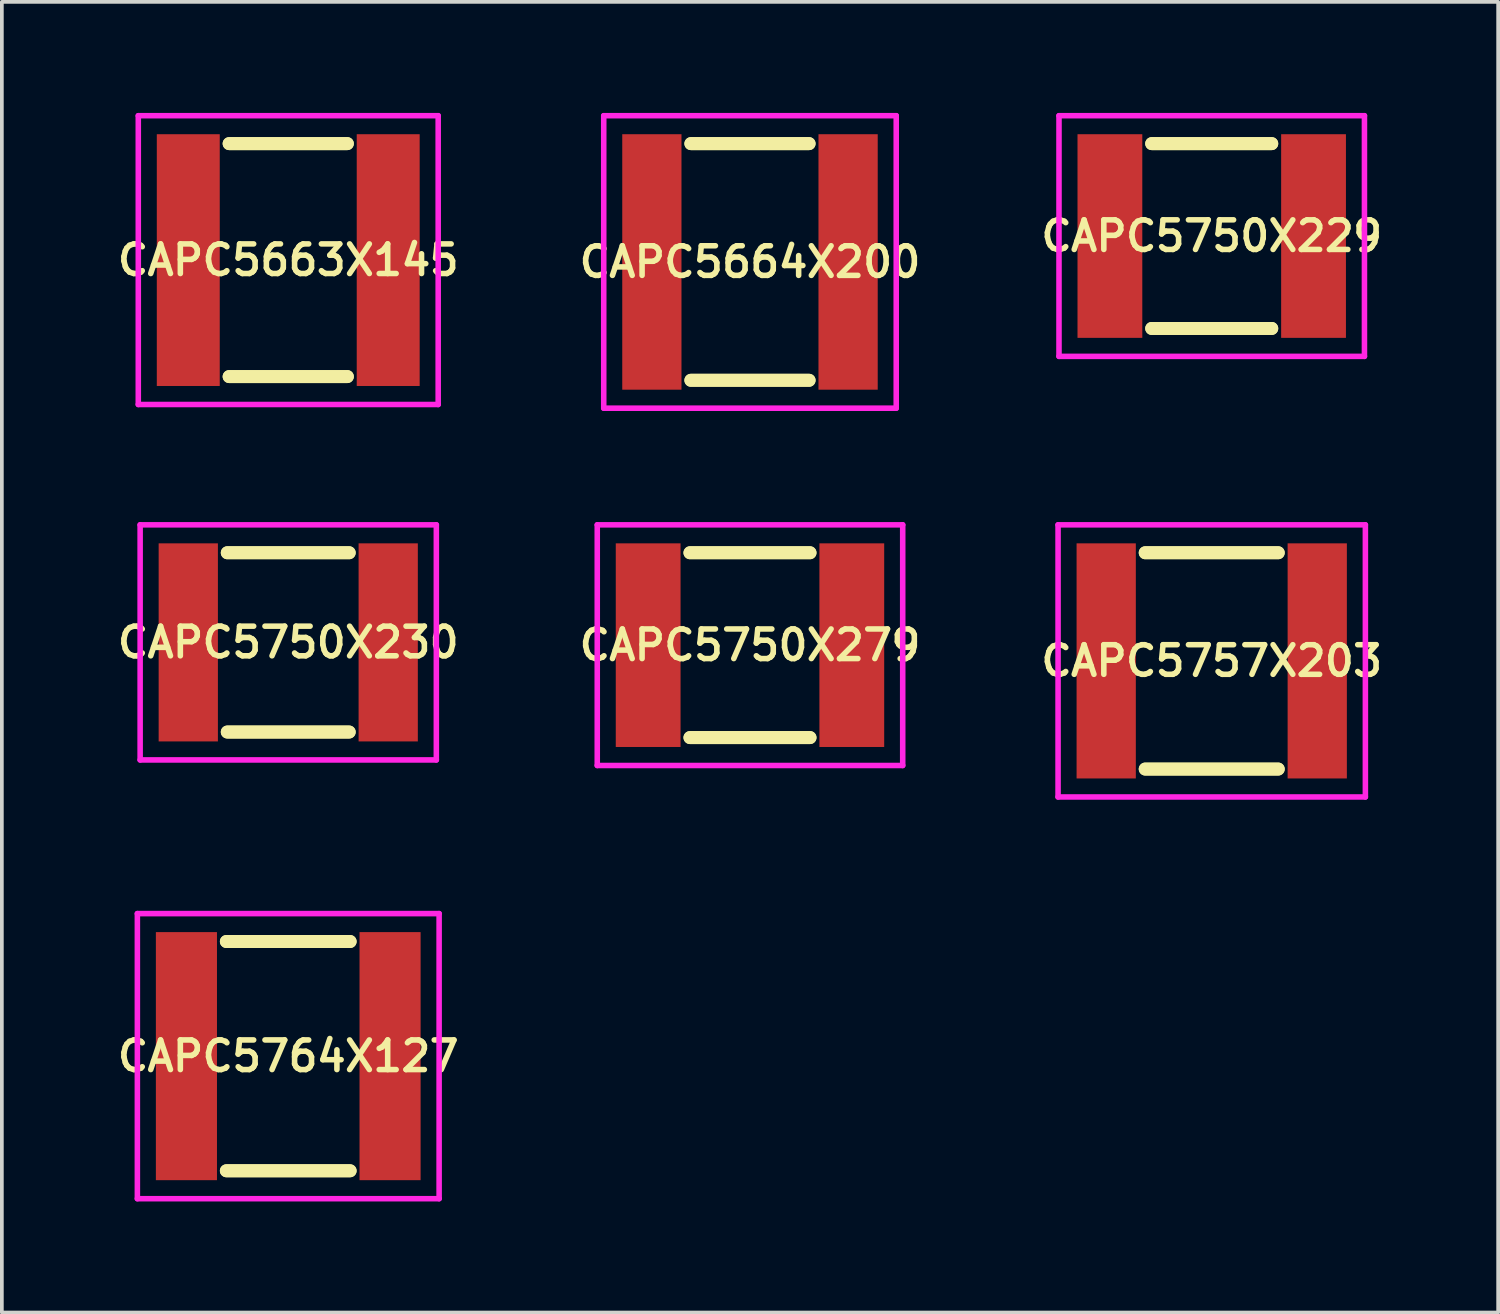
<source format=kicad_pcb>
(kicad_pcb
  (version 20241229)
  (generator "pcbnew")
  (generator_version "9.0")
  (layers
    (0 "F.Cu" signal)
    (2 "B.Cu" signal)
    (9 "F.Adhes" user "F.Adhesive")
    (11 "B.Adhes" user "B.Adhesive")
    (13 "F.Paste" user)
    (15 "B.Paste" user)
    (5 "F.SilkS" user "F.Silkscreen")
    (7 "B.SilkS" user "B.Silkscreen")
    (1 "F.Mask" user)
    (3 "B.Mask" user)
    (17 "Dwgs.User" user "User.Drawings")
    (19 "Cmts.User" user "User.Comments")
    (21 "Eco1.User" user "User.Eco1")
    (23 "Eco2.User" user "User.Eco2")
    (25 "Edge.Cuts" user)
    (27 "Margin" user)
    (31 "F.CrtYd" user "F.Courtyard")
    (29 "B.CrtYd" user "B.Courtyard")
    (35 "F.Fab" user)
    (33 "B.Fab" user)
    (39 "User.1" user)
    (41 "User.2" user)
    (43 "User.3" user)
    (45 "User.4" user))
  (footprint "CAPC5664X200"
    (layer "F.Cu")
    (at 17.206 4.025)
    (property "Reference" "CAPC5664X200" (at 0 0 0) (layer "F.SilkS") (effects (font (size 0.8 0.8) (thickness 0.15))))
    (attr smd)
    (fp_line (start -1.596 -3.196) (end 1.596 -3.196) (stroke (width 0.35) (type solid)) (layer "F.SilkS"))
    (fp_line (start -1.596 3.196) (end 1.596 3.196) (stroke (width 0.35) (type solid)) (layer "F.SilkS"))
    (fp_line (start 1.596 -3.196) (end -1.596 -3.196) (stroke (width 0.35) (type solid)) (layer "F.SilkS"))
    (fp_line (start 1.596 3.196) (end -1.596 3.196) (stroke (width 0.35) (type solid)) (layer "F.SilkS"))
    (fp_line (start -3.95 -3.95) (end 3.95 -3.95) (stroke (width 0.15) (type solid)) (layer "F.CrtYd"))
    (fp_line (start -3.95 3.95) (end -3.95 -3.95) (stroke (width 0.15) (type solid)) (layer "F.CrtYd"))
    (fp_line (start 3.95 -3.95) (end 3.95 3.95) (stroke (width 0.15) (type solid)) (layer "F.CrtYd"))
    (fp_line (start 3.95 3.95) (end -3.95 3.95) (stroke (width 0.15) (type solid)) (layer "F.CrtYd"))
    (pad "1" smd rect (at -2.65 0) (size 1.6 6.9) (layers "F.Cu" "F.Mask" "F.Paste"))
    (pad "2" smd rect (at 2.65 0) (size 1.6 6.9) (layers "F.Cu" "F.Mask" "F.Paste")))
  (footprint "CAPC5757X203"
    (layer "F.Cu")
    (at 29.677 14.8)
    (property "Reference" "CAPC5757X203" (at 0 0 0) (layer "F.SilkS") (effects (font (size 0.8 0.8) (thickness 0.15))))
    (attr smd)
    (fp_line (start -1.796 -2.921) (end 1.796 -2.921) (stroke (width 0.35) (type solid)) (layer "F.SilkS"))
    (fp_line (start -1.796 2.921) (end 1.796 2.921) (stroke (width 0.35) (type solid)) (layer "F.SilkS"))
    (fp_line (start 1.796 -2.921) (end -1.796 -2.921) (stroke (width 0.35) (type solid)) (layer "F.SilkS"))
    (fp_line (start 1.796 2.921) (end -1.796 2.921) (stroke (width 0.35) (type solid)) (layer "F.SilkS"))
    (fp_line (start -4.15 -3.675) (end 4.15 -3.675) (stroke (width 0.15) (type solid)) (layer "F.CrtYd"))
    (fp_line (start -4.15 3.675) (end -4.15 -3.675) (stroke (width 0.15) (type solid)) (layer "F.CrtYd"))
    (fp_line (start 4.15 -3.675) (end 4.15 3.675) (stroke (width 0.15) (type solid)) (layer "F.CrtYd"))
    (fp_line (start 4.15 3.675) (end -4.15 3.675) (stroke (width 0.15) (type solid)) (layer "F.CrtYd"))
    (pad "1" smd rect (at -2.85 0) (size 1.6 6.35) (layers "F.Cu" "F.Mask" "F.Paste"))
    (pad "2" smd rect (at 2.85 0) (size 1.6 6.35) (layers "F.Cu" "F.Mask" "F.Paste")))
  (footprint "CAPC5750X230"
    (layer "F.Cu")
    (at 4.735 14.3)
    (property "Reference" "CAPC5750X230" (at 0 0 0) (layer "F.SilkS") (effects (font (size 0.8 0.8) (thickness 0.15))))
    (attr through_hole)
    (fp_line (start -1.646 -2.421) (end 1.646 -2.421) (stroke (width 0.35) (type solid)) (layer "F.SilkS"))
    (fp_line (start -1.646 2.421) (end 1.646 2.421) (stroke (width 0.35) (type solid)) (layer "F.SilkS"))
    (fp_line (start 1.646 -2.421) (end -1.646 -2.421) (stroke (width 0.35) (type solid)) (layer "F.SilkS"))
    (fp_line (start 1.646 2.421) (end -1.646 2.421) (stroke (width 0.35) (type solid)) (layer "F.SilkS"))
    (fp_line (start -4 -3.175) (end 4 -3.175) (stroke (width 0.15) (type solid)) (layer "F.CrtYd"))
    (fp_line (start -4 3.175) (end -4 -3.175) (stroke (width 0.15) (type solid)) (layer "F.CrtYd"))
    (fp_line (start 4 -3.175) (end 4 3.175) (stroke (width 0.15) (type solid)) (layer "F.CrtYd"))
    (fp_line (start 4 3.175) (end -4 3.175) (stroke (width 0.15) (type solid)) (layer "F.CrtYd"))
    (pad "1" smd rect (at -2.7 0) (size 1.6 5.35) (layers "F.Cu" "F.Mask" "F.Paste"))
    (pad "2" smd rect (at 2.7 0) (size 1.6 5.35) (layers "F.Cu" "F.Mask" "F.Paste")))
  (footprint "CAPC5750X279"
    (layer "F.Cu")
    (at 17.206 14.375)
    (property "Reference" "CAPC5750X279" (at 0 0 0) (layer "F.SilkS") (effects (font (size 0.8 0.8) (thickness 0.15))))
    (attr through_hole)
    (fp_line (start -1.621 -2.496) (end 1.621 -2.496) (stroke (width 0.35) (type solid)) (layer "F.SilkS"))
    (fp_line (start -1.621 2.496) (end 1.621 2.496) (stroke (width 0.35) (type solid)) (layer "F.SilkS"))
    (fp_line (start 1.621 -2.496) (end -1.621 -2.496) (stroke (width 0.35) (type solid)) (layer "F.SilkS"))
    (fp_line (start 1.621 2.496) (end -1.621 2.496) (stroke (width 0.35) (type solid)) (layer "F.SilkS"))
    (fp_line (start -4.125 -3.25) (end 4.125 -3.25) (stroke (width 0.15) (type solid)) (layer "F.CrtYd"))
    (fp_line (start -4.125 3.25) (end -4.125 -3.25) (stroke (width 0.15) (type solid)) (layer "F.CrtYd"))
    (fp_line (start 4.125 -3.25) (end 4.125 3.25) (stroke (width 0.15) (type solid)) (layer "F.CrtYd"))
    (fp_line (start 4.125 3.25) (end -4.125 3.25) (stroke (width 0.15) (type solid)) (layer "F.CrtYd"))
    (pad "1" smd rect (at -2.75 0) (size 1.75 5.5) (layers "F.Cu" "F.Mask" "F.Paste"))
    (pad "2" smd rect (at 2.75 0) (size 1.75 5.5) (layers "F.Cu" "F.Mask" "F.Paste")))
  (footprint "CAPC5764X127"
    (layer "F.Cu")
    (at 4.735 25.475)
    (property "Reference" "CAPC5764X127" (at 0 0 0) (layer "F.SilkS") (effects (font (size 0.8 0.8) (thickness 0.15))))
    (attr smd)
    (fp_line (start -1.671 -3.096) (end 1.671 -3.096) (stroke (width 0.35) (type solid)) (layer "F.SilkS"))
    (fp_line (start -1.671 3.096) (end 1.671 3.096) (stroke (width 0.35) (type solid)) (layer "F.SilkS"))
    (fp_line (start 1.671 -3.096) (end -1.671 -3.096) (stroke (width 0.35) (type solid)) (layer "F.SilkS"))
    (fp_line (start 1.671 3.096) (end -1.671 3.096) (stroke (width 0.35) (type solid)) (layer "F.SilkS"))
    (fp_line (start -4.075 -3.85) (end 4.075 -3.85) (stroke (width 0.15) (type solid)) (layer "F.CrtYd"))
    (fp_line (start -4.075 3.85) (end -4.075 -3.85) (stroke (width 0.15) (type solid)) (layer "F.CrtYd"))
    (fp_line (start 4.075 -3.85) (end 4.075 3.85) (stroke (width 0.15) (type solid)) (layer "F.CrtYd"))
    (fp_line (start 4.075 3.85) (end -4.075 3.85) (stroke (width 0.15) (type solid)) (layer "F.CrtYd"))
    (pad "1" smd rect (at -2.75 0) (size 1.65 6.7) (layers "F.Cu" "F.Mask" "F.Paste"))
    (pad "2" smd rect (at 2.75 0) (size 1.65 6.7) (layers "F.Cu" "F.Mask" "F.Paste")))
  (footprint "CAPC5663X145"
    (layer "F.Cu")
    (at 4.735 3.975)
    (property "Reference" "CAPC5663X145" (at 0 0 0) (layer "F.SilkS") (effects (font (size 0.8 0.8) (thickness 0.15))))
    (attr through_hole)
    (fp_line (start -1.596 -3.146) (end 1.596 -3.146) (stroke (width 0.35) (type solid)) (layer "F.SilkS"))
    (fp_line (start -1.596 3.146) (end 1.596 3.146) (stroke (width 0.35) (type solid)) (layer "F.SilkS"))
    (fp_line (start 1.596 -3.146) (end -1.596 -3.146) (stroke (width 0.35) (type solid)) (layer "F.SilkS"))
    (fp_line (start 1.596 3.146) (end -1.596 3.146) (stroke (width 0.35) (type solid)) (layer "F.SilkS"))
    (fp_line (start -4.05 -3.9) (end 4.05 -3.9) (stroke (width 0.15) (type solid)) (layer "F.CrtYd"))
    (fp_line (start -4.05 3.9) (end -4.05 -3.9) (stroke (width 0.15) (type solid)) (layer "F.CrtYd"))
    (fp_line (start 4.05 -3.9) (end 4.05 3.9) (stroke (width 0.15) (type solid)) (layer "F.CrtYd"))
    (fp_line (start 4.05 3.9) (end -4.05 3.9) (stroke (width 0.15) (type solid)) (layer "F.CrtYd"))
    (pad "1" smd rect (at -2.7 0) (size 1.7 6.8) (layers "F.Cu" "F.Mask" "F.Paste"))
    (pad "2" smd rect (at 2.7 0) (size 1.7 6.8) (layers "F.Cu" "F.Mask" "F.Paste")))
  (footprint "CAPC5750X229"
    (layer "F.Cu")
    (at 29.677 3.325)
    (property "Reference" "CAPC5750X229" (at 0 0 0) (layer "F.SilkS") (effects (font (size 0.8 0.8) (thickness 0.15))))
    (attr through_hole)
    (fp_line (start -1.621 -2.496) (end 1.621 -2.496) (stroke (width 0.35) (type solid)) (layer "F.SilkS"))
    (fp_line (start -1.621 2.496) (end 1.621 2.496) (stroke (width 0.35) (type solid)) (layer "F.SilkS"))
    (fp_line (start 1.621 -2.496) (end -1.621 -2.496) (stroke (width 0.35) (type solid)) (layer "F.SilkS"))
    (fp_line (start 1.621 2.496) (end -1.621 2.496) (stroke (width 0.35) (type solid)) (layer "F.SilkS"))
    (fp_line (start -4.125 -3.25) (end 4.125 -3.25) (stroke (width 0.15) (type solid)) (layer "F.CrtYd"))
    (fp_line (start -4.125 3.25) (end -4.125 -3.25) (stroke (width 0.15) (type solid)) (layer "F.CrtYd"))
    (fp_line (start 4.125 -3.25) (end 4.125 3.25) (stroke (width 0.15) (type solid)) (layer "F.CrtYd"))
    (fp_line (start 4.125 3.25) (end -4.125 3.25) (stroke (width 0.15) (type solid)) (layer "F.CrtYd"))
    (pad "1" smd rect (at -2.75 0) (size 1.75 5.5) (layers "F.Cu" "F.Mask" "F.Paste"))
    (pad "2" smd rect (at 2.75 0) (size 1.75 5.5) (layers "F.Cu" "F.Mask" "F.Paste")))
  (gr_rect
    (start -3 -3)
    (end 37.413 32.4)
    (stroke (width 0.1) (type default))
    (fill no)
    (layer "Edge.Cuts")))
</source>
